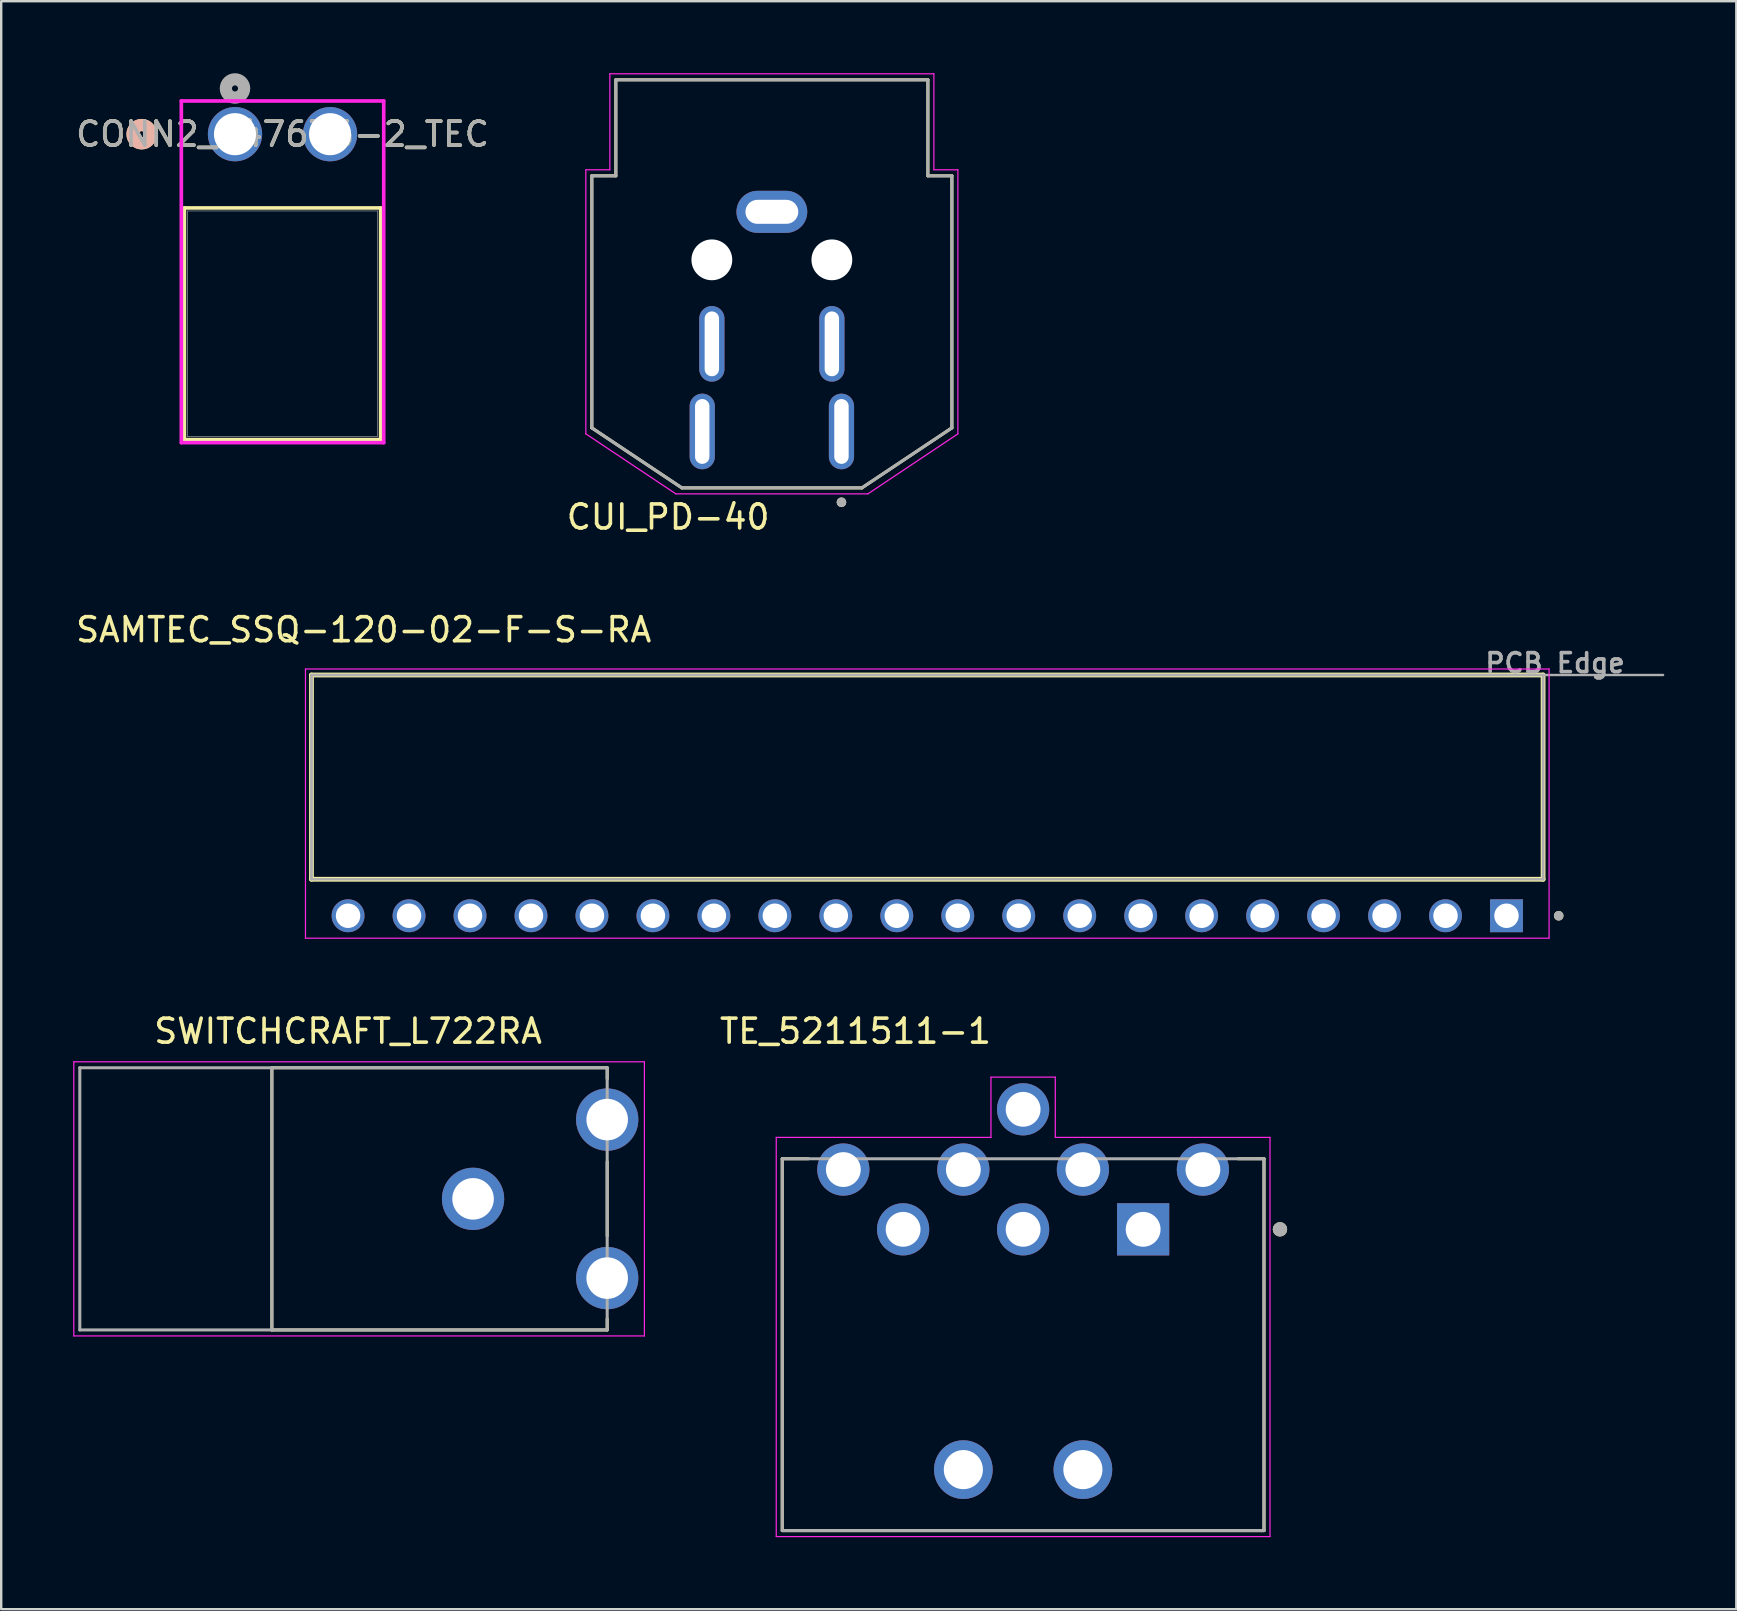
<source format=kicad_pcb>
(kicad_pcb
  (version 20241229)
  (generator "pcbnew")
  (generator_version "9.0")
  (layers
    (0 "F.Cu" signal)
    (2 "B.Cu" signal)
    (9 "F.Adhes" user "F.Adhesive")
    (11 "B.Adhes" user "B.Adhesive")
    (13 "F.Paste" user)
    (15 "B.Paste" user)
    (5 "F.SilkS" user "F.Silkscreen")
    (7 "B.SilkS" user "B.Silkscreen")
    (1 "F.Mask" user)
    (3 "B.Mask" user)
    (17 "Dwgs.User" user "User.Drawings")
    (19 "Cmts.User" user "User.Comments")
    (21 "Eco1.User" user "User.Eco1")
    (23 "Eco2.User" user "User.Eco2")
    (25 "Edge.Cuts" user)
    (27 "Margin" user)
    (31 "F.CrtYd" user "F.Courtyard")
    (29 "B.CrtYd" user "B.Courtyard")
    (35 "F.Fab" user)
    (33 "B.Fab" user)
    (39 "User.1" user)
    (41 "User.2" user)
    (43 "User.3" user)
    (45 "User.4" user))
  (footprint "SAMTEC_SSQ-120-02-F-S-RA"
    (layer "F.Cu")
    (at 35.581 29.326)
    (property "Reference" "SAMTEC_SSQ-120-02-F-S-RA" (at -23.48 -6.14 0) (layer "F.SilkS") (effects (font (size 1 1) (thickness 0.15))))
    (attr through_hole)
    (fp_line (start -25.655 4.255) (end -25.655 -4.255) (stroke (width 0.2) (type solid)) (layer "F.SilkS"))
    (fp_line (start 25.655 -4.255) (end -25.655 -4.255) (stroke (width 0.2) (type solid)) (layer "F.SilkS"))
    (fp_line (start 25.655 -4.255) (end 25.655 4.255) (stroke (width 0.2) (type solid)) (layer "F.SilkS"))
    (fp_line (start 25.655 4.255) (end -25.655 4.255) (stroke (width 0.2) (type solid)) (layer "F.SilkS"))
    (fp_circle (center 26.305 5.775) (end 26.405 5.775) (stroke (width 0.2) (type solid)) (fill no) (layer "F.SilkS"))
    (fp_line (start -25.905 -4.505) (end 25.905 -4.505) (stroke (width 0.05) (type solid)) (layer "F.CrtYd"))
    (fp_line (start -25.905 6.71) (end -25.905 -4.505) (stroke (width 0.05) (type solid)) (layer "F.CrtYd"))
    (fp_line (start 25.905 -4.505) (end 25.905 6.71) (stroke (width 0.05) (type solid)) (layer "F.CrtYd"))
    (fp_line (start 25.905 6.71) (end -25.905 6.71) (stroke (width 0.05) (type solid)) (layer "F.CrtYd"))
    (fp_line (start -25.655 -4.255) (end 25.655 -4.255) (stroke (width 0.1) (type solid)) (layer "F.Fab"))
    (fp_line (start -25.655 -4.255) (end 25.655 -4.255) (stroke (width 0.1) (type solid)) (layer "F.Fab"))
    (fp_line (start -25.655 4.255) (end -25.655 -4.255) (stroke (width 0.1) (type solid)) (layer "F.Fab"))
    (fp_line (start -25.655 4.255) (end -25.655 -4.255) (stroke (width 0.1) (type solid)) (layer "F.Fab"))
    (fp_line (start 25.655 -4.255) (end 25.655 4.255) (stroke (width 0.1) (type solid)) (layer "F.Fab"))
    (fp_line (start 25.655 -4.255) (end 25.655 4.255) (stroke (width 0.1) (type solid)) (layer "F.Fab"))
    (fp_line (start 25.655 -4.255) (end 30.655 -4.255) (stroke (width 0.1) (type solid)) (layer "F.Fab"))
    (fp_line (start 25.655 4.255) (end -25.655 4.255) (stroke (width 0.1) (type solid)) (layer "F.Fab"))
    (fp_circle (center 26.305 5.775) (end 26.405 5.775) (stroke (width 0.2) (type solid)) (fill no) (layer "F.Fab"))
    (fp_text user "PCB Edge" (at 26.155 -4.755 0) (layer "F.Fab") (effects (font (size 0.789 0.789) (thickness 0.15))))
    (pad "01" thru_hole rect (at 24.13 5.775) (size 1.37 1.37) (drill 1.02) (layers "*.Cu" "*.Mask"))
    (pad "02" thru_hole circle (at 21.59 5.775) (size 1.37 1.37) (drill 1.02) (layers "*.Cu" "*.Mask"))
    (pad "03" thru_hole circle (at 19.05 5.775) (size 1.37 1.37) (drill 1.02) (layers "*.Cu" "*.Mask"))
    (pad "04" thru_hole circle (at 16.51 5.775) (size 1.37 1.37) (drill 1.02) (layers "*.Cu" "*.Mask"))
    (pad "05" thru_hole circle (at 13.97 5.775) (size 1.37 1.37) (drill 1.02) (layers "*.Cu" "*.Mask"))
    (pad "06" thru_hole circle (at 11.43 5.775) (size 1.37 1.37) (drill 1.02) (layers "*.Cu" "*.Mask"))
    (pad "07" thru_hole circle (at 8.89 5.775) (size 1.37 1.37) (drill 1.02) (layers "*.Cu" "*.Mask"))
    (pad "08" thru_hole circle (at 6.35 5.775) (size 1.37 1.37) (drill 1.02) (layers "*.Cu" "*.Mask"))
    (pad "09" thru_hole circle (at 3.81 5.775) (size 1.37 1.37) (drill 1.02) (layers "*.Cu" "*.Mask"))
    (pad "10" thru_hole circle (at 1.27 5.775) (size 1.37 1.37) (drill 1.02) (layers "*.Cu" "*.Mask"))
    (pad "11" thru_hole circle (at -1.27 5.775) (size 1.37 1.37) (drill 1.02) (layers "*.Cu" "*.Mask"))
    (pad "12" thru_hole circle (at -3.81 5.775) (size 1.37 1.37) (drill 1.02) (layers "*.Cu" "*.Mask"))
    (pad "13" thru_hole circle (at -6.35 5.775) (size 1.37 1.37) (drill 1.02) (layers "*.Cu" "*.Mask"))
    (pad "14" thru_hole circle (at -8.89 5.775) (size 1.37 1.37) (drill 1.02) (layers "*.Cu" "*.Mask"))
    (pad "15" thru_hole circle (at -11.43 5.775) (size 1.37 1.37) (drill 1.02) (layers "*.Cu" "*.Mask"))
    (pad "16" thru_hole circle (at -13.97 5.775) (size 1.37 1.37) (drill 1.02) (layers "*.Cu" "*.Mask"))
    (pad "17" thru_hole circle (at -16.51 5.775) (size 1.37 1.37) (drill 1.02) (layers "*.Cu" "*.Mask"))
    (pad "18" thru_hole circle (at -19.05 5.775) (size 1.37 1.37) (drill 1.02) (layers "*.Cu" "*.Mask"))
    (pad "19" thru_hole circle (at -21.59 5.775) (size 1.37 1.37) (drill 1.02) (layers "*.Cu" "*.Mask"))
    (pad "20" thru_hole circle (at -24.13 5.775) (size 1.37 1.37) (drill 1.02) (layers "*.Cu" "*.Mask")))
  (footprint "CONN2_647676-2_TEC"
    (layer "F.Cu")
    (at 6.74 2.54)
    (property "Reference" "CONN2_647676-2_TEC" (at 1.98 0 0) (unlocked yes) (layer "F.SilkS") (effects (font (size 1 1) (thickness 0.15))))
    (attr through_hole)
    (fp_line (start -2.109 3.073) (end -2.109 12.725) (stroke (width 0.152) (type solid)) (layer "F.SilkS"))
    (fp_line (start -2.109 12.725) (end 6.069 12.725) (stroke (width 0.152) (type solid)) (layer "F.SilkS"))
    (fp_line (start 6.069 3.073) (end -2.109 3.073) (stroke (width 0.152) (type solid)) (layer "F.SilkS"))
    (fp_line (start 6.069 12.725) (end 6.069 3.073) (stroke (width 0.152) (type solid)) (layer "F.SilkS"))
    (fp_circle (center -3.887 0) (end -3.506 0) (stroke (width 0.508) (type solid)) (fill no) (layer "F.SilkS"))
    (fp_circle (center -3.887 0) (end -3.506 0) (stroke (width 0.508) (type solid)) (fill no) (layer "B.SilkS"))
    (fp_line (start -2.236 -1.384) (end -2.236 12.852) (stroke (width 0.152) (type solid)) (layer "F.CrtYd"))
    (fp_line (start -2.236 12.852) (end 6.196 12.852) (stroke (width 0.152) (type solid)) (layer "F.CrtYd"))
    (fp_line (start 6.196 -1.384) (end -2.236 -1.384) (stroke (width 0.152) (type solid)) (layer "F.CrtYd"))
    (fp_line (start 6.196 12.852) (end 6.196 -1.384) (stroke (width 0.152) (type solid)) (layer "F.CrtYd"))
    (fp_line (start -1.982 3.2) (end -1.982 12.598) (stroke (width 0.025) (type solid)) (layer "F.Fab"))
    (fp_line (start -1.982 12.598) (end 5.942 12.598) (stroke (width 0.025) (type solid)) (layer "F.Fab"))
    (fp_line (start 5.942 3.2) (end -1.982 3.2) (stroke (width 0.025) (type solid)) (layer "F.Fab"))
    (fp_line (start 5.942 12.598) (end 5.942 3.2) (stroke (width 0.025) (type solid)) (layer "F.Fab"))
    (fp_circle (center 0 -1.905) (end 0.381 -1.905) (stroke (width 0.508) (type solid)) (fill no) (layer "F.Fab"))
    (fp_text user "${REFERENCE}" (at 1.98 0 0) (unlocked yes) (layer "F.Fab") (effects (font (size 1 1) (thickness 0.15))))
    (pad "1" thru_hole circle (at -0.000001 0) (size 2.261 2.261) (drill 1.753) (layers "*.Cu" "*.Mask"))
    (pad "2" thru_hole circle (at 3.96 0) (size 2.261 2.261) (drill 1.753) (layers "*.Cu" "*.Mask")))
  (footprint "TE_5211511-1"
    (layer "F.Cu")
    (at 39.574 48.165)
    (property "Reference" "TE_5211511-1" (at -6.985 -8.255 0) (layer "F.SilkS") (effects (font (size 1 1) (thickness 0.15))))
    (attr through_hole)
    (fp_line (start -10.035 -2.94) (end -8.95 -2.94) (stroke (width 0.127) (type solid)) (layer "F.SilkS"))
    (fp_line (start -10.035 12.55) (end -10.035 -2.94) (stroke (width 0.127) (type solid)) (layer "F.SilkS"))
    (fp_line (start 10.035 -2.94) (end 8.95 -2.94) (stroke (width 0.127) (type solid)) (layer "F.SilkS"))
    (fp_line (start 10.035 -2.94) (end 10.035 12.55) (stroke (width 0.127) (type solid)) (layer "F.SilkS"))
    (fp_line (start 10.035 12.55) (end -10.035 12.55) (stroke (width 0.127) (type solid)) (layer "F.SilkS"))
    (fp_circle (center 10.7 0) (end 10.85 0) (stroke (width 0.3) (type solid)) (fill no) (layer "F.SilkS"))
    (fp_line (start -10.285 -3.83) (end -1.34 -3.83) (stroke (width 0.05) (type solid)) (layer "F.CrtYd"))
    (fp_line (start -10.285 12.8) (end -10.285 -3.83) (stroke (width 0.05) (type solid)) (layer "F.CrtYd"))
    (fp_line (start -1.34 -6.34) (end 1.34 -6.34) (stroke (width 0.05) (type solid)) (layer "F.CrtYd"))
    (fp_line (start -1.34 -3.83) (end -1.34 -6.34) (stroke (width 0.05) (type solid)) (layer "F.CrtYd"))
    (fp_line (start 1.34 -6.34) (end 1.34 -3.83) (stroke (width 0.05) (type solid)) (layer "F.CrtYd"))
    (fp_line (start 1.34 -3.83) (end 10.285 -3.83) (stroke (width 0.05) (type solid)) (layer "F.CrtYd"))
    (fp_line (start 10.285 -3.83) (end 10.285 12.8) (stroke (width 0.05) (type solid)) (layer "F.CrtYd"))
    (fp_line (start 10.285 12.8) (end -10.285 12.8) (stroke (width 0.05) (type solid)) (layer "F.CrtYd"))
    (fp_line (start -10.035 -2.94) (end 10.035 -2.94) (stroke (width 0.127) (type solid)) (layer "F.Fab"))
    (fp_line (start -10.035 12.55) (end -10.035 -2.94) (stroke (width 0.127) (type solid)) (layer "F.Fab"))
    (fp_line (start 10.035 -2.94) (end 10.035 12.55) (stroke (width 0.127) (type solid)) (layer "F.Fab"))
    (fp_line (start 10.035 12.55) (end -10.035 12.55) (stroke (width 0.127) (type solid)) (layer "F.Fab"))
    (fp_circle (center 10.7 0) (end 10.85 0) (stroke (width 0.3) (type solid)) (fill no) (layer "F.Fab"))
    (pad "1" thru_hole rect (at 5 0) (size 2.175 2.175) (drill 1.45) (layers "*.Cu" "*.Mask"))
    (pad "2" thru_hole circle (at 0 0) (size 2.175 2.175) (drill 1.45) (layers "*.Cu" "*.Mask"))
    (pad "3" thru_hole circle (at -5 0) (size 2.175 2.175) (drill 1.45) (layers "*.Cu" "*.Mask"))
    (pad "4" thru_hole circle (at 2.49 -2.49) (size 2.175 2.175) (drill 1.45) (layers "*.Cu" "*.Mask"))
    (pad "5" thru_hole circle (at -2.49 -2.49) (size 2.175 2.175) (drill 1.45) (layers "*.Cu" "*.Mask"))
    (pad "6" thru_hole circle (at 7.49 -2.49) (size 2.175 2.175) (drill 1.45) (layers "*.Cu" "*.Mask"))
    (pad "7" thru_hole circle (at -7.49 -2.49) (size 2.175 2.175) (drill 1.45) (layers "*.Cu" "*.Mask"))
    (pad "8" thru_hole circle (at 0 -5) (size 2.175 2.175) (drill 1.45) (layers "*.Cu" "*.Mask"))
    (pad "G1" thru_hole circle (at -2.49 10.01) (size 2.445 2.445) (drill 1.63) (layers "*.Cu" "*.Mask"))
    (pad "G2" thru_hole circle (at 2.49 10.01) (size 2.445 2.445) (drill 1.63) (layers "*.Cu" "*.Mask")))
  (footprint "SWITCHCRAFT_L722RA"
    (layer "F.Cu")
    (at 22.246 46.895)
    (property "Reference" "SWITCHCRAFT_L722RA" (at -10.795 -6.985 0) (layer "F.SilkS") (effects (font (size 1 1) (thickness 0.15))))
    (attr through_hole)
    (fp_line (start -13.97 -5.461) (end 0 -5.461) (stroke (width 0.127) (type solid)) (layer "F.SilkS"))
    (fp_line (start -13.97 5.461) (end -13.97 -5.461) (stroke (width 0.127) (type solid)) (layer "F.SilkS"))
    (fp_line (start 0 -5.461) (end 0 -5) (stroke (width 0.127) (type solid)) (layer "F.SilkS"))
    (fp_line (start 0 -1.55) (end 0 1.55) (stroke (width 0.127) (type solid)) (layer "F.SilkS"))
    (fp_line (start 0 5) (end 0 5.461) (stroke (width 0.127) (type solid)) (layer "F.SilkS"))
    (fp_line (start 0 5.461) (end -13.97 5.461) (stroke (width 0.127) (type solid)) (layer "F.SilkS"))
    (fp_line (start -22.221 -5.711) (end 1.55 -5.711) (stroke (width 0.05) (type solid)) (layer "F.CrtYd"))
    (fp_line (start -22.221 5.711) (end -22.221 -5.711) (stroke (width 0.05) (type solid)) (layer "F.CrtYd"))
    (fp_line (start 1.55 -5.711) (end 1.55 5.711) (stroke (width 0.05) (type solid)) (layer "F.CrtYd"))
    (fp_line (start 1.55 5.711) (end -22.221 5.711) (stroke (width 0.05) (type solid)) (layer "F.CrtYd"))
    (fp_line (start -21.971 -5.461) (end -13.97 -5.461) (stroke (width 0.127) (type solid)) (layer "F.Fab"))
    (fp_line (start -21.971 5.461) (end -21.971 -5.461) (stroke (width 0.127) (type solid)) (layer "F.Fab"))
    (fp_line (start -13.97 -5.461) (end 0 -5.461) (stroke (width 0.127) (type solid)) (layer "F.Fab"))
    (fp_line (start -13.97 5.461) (end -21.971 5.461) (stroke (width 0.127) (type solid)) (layer "F.Fab"))
    (fp_line (start -13.97 5.461) (end -13.97 -5.461) (stroke (width 0.127) (type solid)) (layer "F.Fab"))
    (fp_line (start 0 -5.461) (end 0 5.461) (stroke (width 0.127) (type solid)) (layer "F.Fab"))
    (fp_line (start 0 5.461) (end -13.97 5.461) (stroke (width 0.127) (type solid)) (layer "F.Fab"))
    (pad "C" thru_hole circle (at 0 -3.302) (size 2.595 2.595) (drill 1.73) (layers "*.Cu" "*.Mask"))
    (pad "S" thru_hole circle (at -5.588 0) (size 2.595 2.595) (drill 1.73) (layers "*.Cu" "*.Mask"))
    (pad "SS" thru_hole circle (at 0 3.302) (size 2.595 2.595) (drill 1.73) (layers "*.Cu" "*.Mask")))
  (footprint "CUI_PD-40"
    (layer "F.Cu")
    (at 29.106 7.775)
    (property "Reference" "CUI_PD-40" (at -4.321 10.714 0) (layer "F.SilkS") (effects (font (size 1.001 1.001) (thickness 0.15))))
    (attr through_hole)
    (fp_line (start -7.5 -3.5) (end -6.5 -3.5) (stroke (width 0.127) (type solid)) (layer "F.SilkS"))
    (fp_line (start -7.5 7) (end -7.5 -3.5) (stroke (width 0.127) (type solid)) (layer "F.SilkS"))
    (fp_line (start -6.5 -7.5) (end 6.5 -7.5) (stroke (width 0.127) (type solid)) (layer "F.SilkS"))
    (fp_line (start -6.5 -3.5) (end -6.5 -7.5) (stroke (width 0.127) (type solid)) (layer "F.SilkS"))
    (fp_line (start -3.75 9.5) (end -7.5 7) (stroke (width 0.127) (type solid)) (layer "F.SilkS"))
    (fp_line (start 3.75 9.5) (end -3.75 9.5) (stroke (width 0.127) (type solid)) (layer "F.SilkS"))
    (fp_line (start 6.5 -7.5) (end 6.5 -3.5) (stroke (width 0.127) (type solid)) (layer "F.SilkS"))
    (fp_line (start 6.5 -3.5) (end 7.5 -3.5) (stroke (width 0.127) (type solid)) (layer "F.SilkS"))
    (fp_line (start 7.5 -3.5) (end 7.5 7) (stroke (width 0.127) (type solid)) (layer "F.SilkS"))
    (fp_line (start 7.5 7) (end 3.75 9.5) (stroke (width 0.127) (type solid)) (layer "F.SilkS"))
    (fp_circle (center 2.9 10.1) (end 3 10.1) (stroke (width 0.2) (type solid)) (fill no) (layer "F.SilkS"))
    (fp_line (start -7.75 -3.75) (end -6.75 -3.75) (stroke (width 0.05) (type solid)) (layer "F.CrtYd"))
    (fp_line (start -7.75 7.25) (end -7.75 -3.75) (stroke (width 0.05) (type solid)) (layer "F.CrtYd"))
    (fp_line (start -6.75 -7.75) (end 6.75 -7.75) (stroke (width 0.05) (type solid)) (layer "F.CrtYd"))
    (fp_line (start -6.75 -3.75) (end -6.75 -7.75) (stroke (width 0.05) (type solid)) (layer "F.CrtYd"))
    (fp_line (start -4 9.75) (end -7.75 7.25) (stroke (width 0.05) (type solid)) (layer "F.CrtYd"))
    (fp_line (start 4 9.75) (end -4 9.75) (stroke (width 0.05) (type solid)) (layer "F.CrtYd"))
    (fp_line (start 6.75 -7.75) (end 6.75 -3.75) (stroke (width 0.05) (type solid)) (layer "F.CrtYd"))
    (fp_line (start 6.75 -3.75) (end 7.75 -3.75) (stroke (width 0.05) (type solid)) (layer "F.CrtYd"))
    (fp_line (start 7.75 -3.75) (end 7.75 7.25) (stroke (width 0.05) (type solid)) (layer "F.CrtYd"))
    (fp_line (start 7.75 7.25) (end 4 9.75) (stroke (width 0.05) (type solid)) (layer "F.CrtYd"))
    (fp_line (start -7.5 -3.5) (end -6.5 -3.5) (stroke (width 0.127) (type solid)) (layer "F.Fab"))
    (fp_line (start -7.5 7) (end -7.5 -3.5) (stroke (width 0.127) (type solid)) (layer "F.Fab"))
    (fp_line (start -6.5 -7.5) (end 6.5 -7.5) (stroke (width 0.127) (type solid)) (layer "F.Fab"))
    (fp_line (start -6.5 -3.5) (end -6.5 -7.5) (stroke (width 0.127) (type solid)) (layer "F.Fab"))
    (fp_line (start -3.75 9.5) (end -7.5 7) (stroke (width 0.127) (type solid)) (layer "F.Fab"))
    (fp_line (start 3.75 9.5) (end -3.75 9.5) (stroke (width 0.127) (type solid)) (layer "F.Fab"))
    (fp_line (start 6.5 -7.5) (end 6.5 -3.5) (stroke (width 0.127) (type solid)) (layer "F.Fab"))
    (fp_line (start 6.5 -3.5) (end 7.5 -3.5) (stroke (width 0.127) (type solid)) (layer "F.Fab"))
    (fp_line (start 7.5 -3.5) (end 7.5 7) (stroke (width 0.127) (type solid)) (layer "F.Fab"))
    (fp_line (start 7.5 7) (end 3.75 9.5) (stroke (width 0.127) (type solid)) (layer "F.Fab"))
    (fp_circle (center 2.9 10.1) (end 3 10.1) (stroke (width 0.2) (type solid)) (fill no) (layer "F.Fab"))
    (pad "" np_thru_hole circle (at -2.5 0) (size 1.7 1.7) (drill 1.7) (layers "*.Cu" "*.Mask"))
    (pad "" np_thru_hole circle (at 2.5 0) (size 1.7 1.7) (drill 1.7) (layers "*.Cu" "*.Mask"))
    (pad "1" thru_hole oval (at 2.9 7.15) (size 1.05 3.15) (drill oval 0.6 2.7) (layers "*.Cu" "*.Mask"))
    (pad "2" thru_hole oval (at -2.9 7.15) (size 1.05 3.15) (drill oval 0.6 2.7) (layers "*.Cu" "*.Mask"))
    (pad "3" thru_hole oval (at 2.5 3.5) (size 1.05 3.15) (drill oval 0.6 2.7) (layers "*.Cu" "*.Mask"))
    (pad "4" thru_hole oval (at -2.5 3.5) (size 1.05 3.15) (drill oval 0.6 2.7) (layers "*.Cu" "*.Mask"))
    (pad "S1" thru_hole oval (at 0 -2) (size 2.95 1.75) (drill oval 2.2 1) (layers "*.Cu" "*.Mask")))
  (gr_rect
    (start -3 -3)
    (end 69.286 63.99)
    (stroke (width 0.1) (type default))
    (fill no)
    (layer "Edge.Cuts")))
</source>
